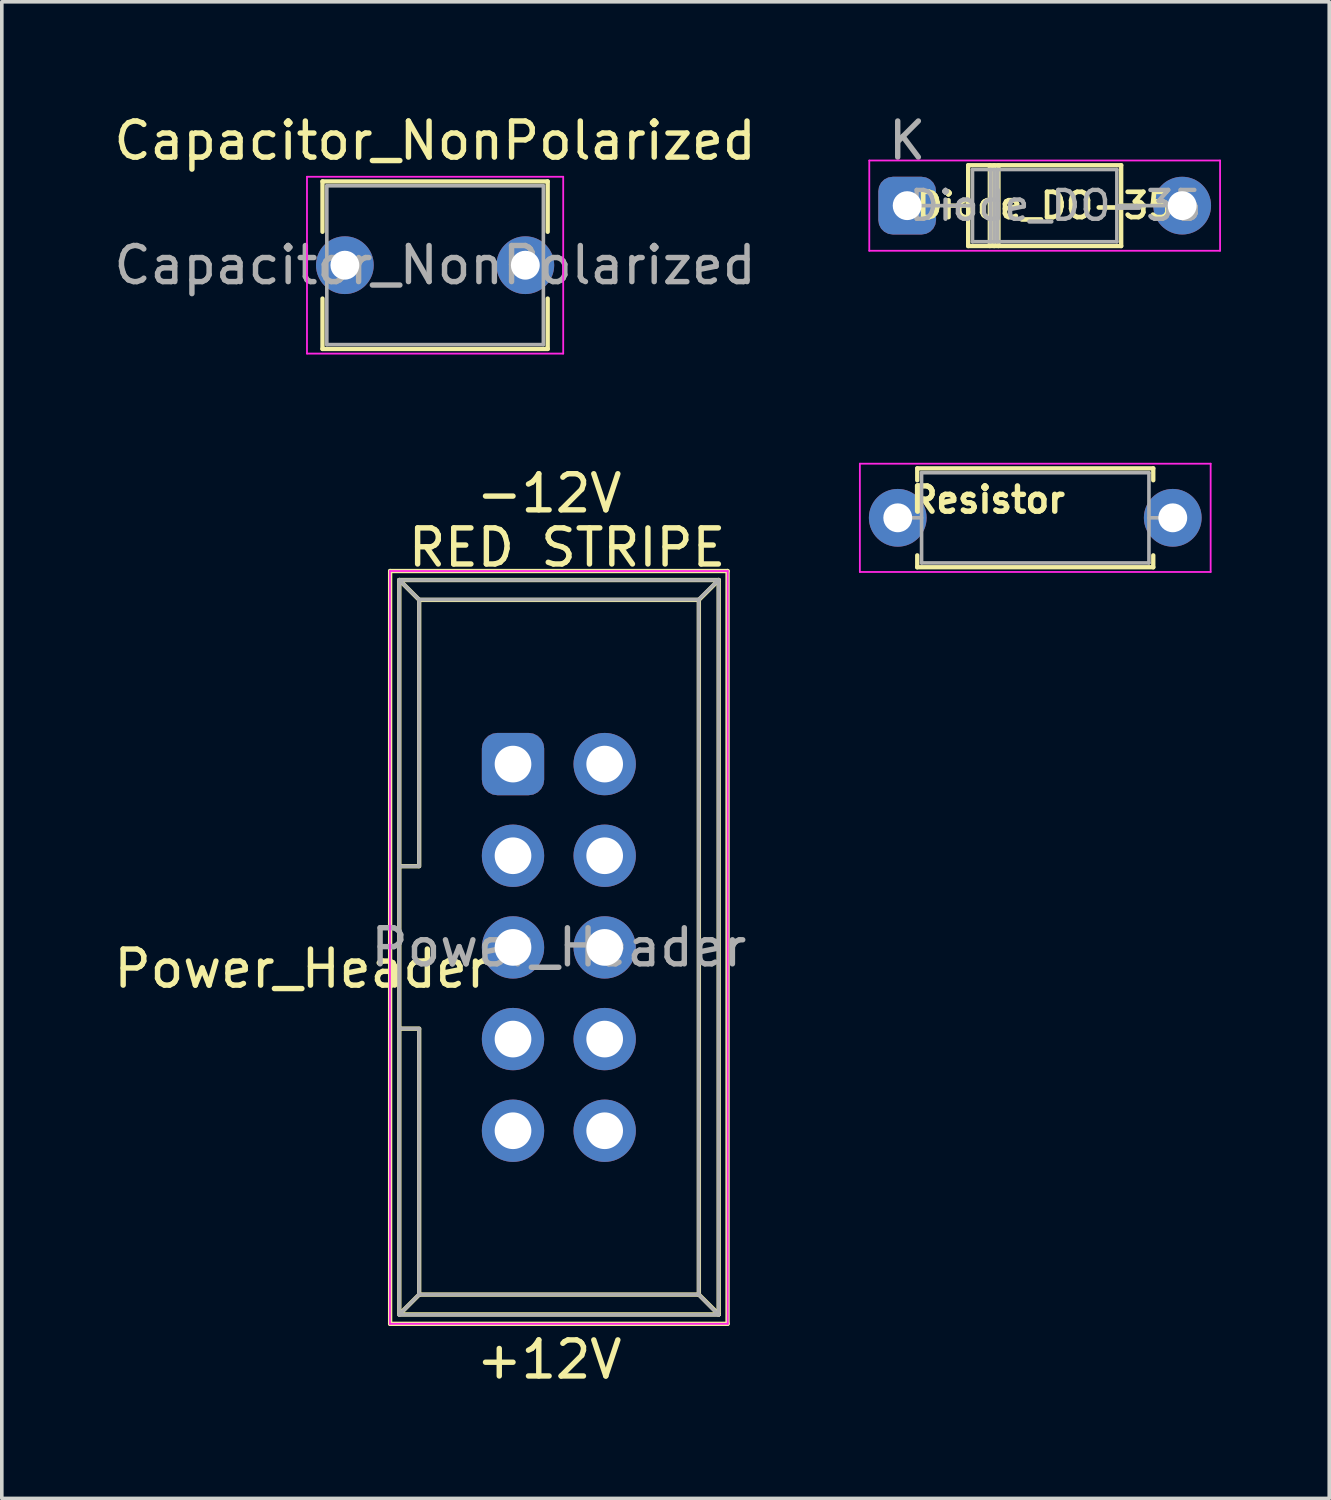
<source format=kicad_pcb>
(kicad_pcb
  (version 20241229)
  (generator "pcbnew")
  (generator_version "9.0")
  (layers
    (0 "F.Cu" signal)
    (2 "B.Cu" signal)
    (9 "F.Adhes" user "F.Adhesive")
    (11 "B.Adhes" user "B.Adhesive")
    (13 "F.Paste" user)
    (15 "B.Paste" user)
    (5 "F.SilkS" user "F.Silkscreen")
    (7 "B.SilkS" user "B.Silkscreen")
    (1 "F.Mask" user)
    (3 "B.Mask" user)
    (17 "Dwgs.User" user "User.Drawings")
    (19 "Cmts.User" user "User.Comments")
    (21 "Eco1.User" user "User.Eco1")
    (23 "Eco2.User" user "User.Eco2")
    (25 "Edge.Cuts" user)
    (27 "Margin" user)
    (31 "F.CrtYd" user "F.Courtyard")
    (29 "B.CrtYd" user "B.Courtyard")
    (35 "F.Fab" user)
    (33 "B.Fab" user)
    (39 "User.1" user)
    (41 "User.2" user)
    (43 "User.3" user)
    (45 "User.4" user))
  (footprint "Capacitor_NonPolarized"
    (layer "F.Cu")
    (at 6.506 4.298)
    (property "Reference" "Capacitor_NonPolarized" (at 2.5 -3.45 0) (layer "F.SilkS") (effects (font (size 1 1) (thickness 0.15))))
    (attr through_hole)
    (fp_line (start -0.62 -2.321) (end -0.62 -0.925) (stroke (width 0.12) (type solid)) (layer "F.SilkS"))
    (fp_line (start -0.62 -2.321) (end 5.62 -2.321) (stroke (width 0.12) (type solid)) (layer "F.SilkS"))
    (fp_line (start -0.62 0.925) (end -0.62 2.321) (stroke (width 0.12) (type solid)) (layer "F.SilkS"))
    (fp_line (start -0.62 2.321) (end 5.62 2.321) (stroke (width 0.12) (type solid)) (layer "F.SilkS"))
    (fp_line (start 5.62 -2.321) (end 5.62 -0.925) (stroke (width 0.12) (type solid)) (layer "F.SilkS"))
    (fp_line (start 5.62 0.925) (end 5.62 2.321) (stroke (width 0.12) (type solid)) (layer "F.SilkS"))
    (fp_line (start -1.05 -2.45) (end -1.05 2.45) (stroke (width 0.05) (type solid)) (layer "F.CrtYd"))
    (fp_line (start -1.05 2.45) (end 6.05 2.45) (stroke (width 0.05) (type solid)) (layer "F.CrtYd"))
    (fp_line (start 6.05 -2.45) (end -1.05 -2.45) (stroke (width 0.05) (type solid)) (layer "F.CrtYd"))
    (fp_line (start 6.05 2.45) (end 6.05 -2.45) (stroke (width 0.05) (type solid)) (layer "F.CrtYd"))
    (fp_line (start -0.5 -2.2) (end -0.5 2.2) (stroke (width 0.1) (type solid)) (layer "F.Fab"))
    (fp_line (start -0.5 2.2) (end 5.5 2.2) (stroke (width 0.1) (type solid)) (layer "F.Fab"))
    (fp_line (start 5.5 -2.2) (end -0.5 -2.2) (stroke (width 0.1) (type solid)) (layer "F.Fab"))
    (fp_line (start 5.5 2.2) (end 5.5 -2.2) (stroke (width 0.1) (type solid)) (layer "F.Fab"))
    (fp_text user "${REFERENCE}" (at 2.5 0 0) (layer "F.Fab") (effects (font (size 1 1) (thickness 0.15))))
    (pad "1" thru_hole circle (at 0 0) (size 1.6 1.6) (drill 0.8) (layers "*.Cu" "*.Mask"))
    (pad "2" thru_hole circle (at 5 0) (size 1.6 1.6) (drill 0.8) (layers "*.Cu" "*.Mask")))
  (footprint "Resistor"
    (layer "F.Cu")
    (at 21.826 11.298)
    (property "Reference" "Resistor" (at 2.5 -0.5 0) (layer "F.SilkS") (effects (font (size 0.7 0.7) (thickness 0.15))))
    (fp_line (start 0.54 -1.37) (end 7.08 -1.37) (stroke (width 0.12) (type solid)) (layer "F.SilkS"))
    (fp_line (start 0.54 -1.04) (end 0.54 -1.37) (stroke (width 0.12) (type solid)) (layer "F.SilkS"))
    (fp_line (start 0.54 1.04) (end 0.54 1.37) (stroke (width 0.12) (type solid)) (layer "F.SilkS"))
    (fp_line (start 0.54 1.37) (end 7.08 1.37) (stroke (width 0.12) (type solid)) (layer "F.SilkS"))
    (fp_line (start 7.08 -1.37) (end 7.08 -1.04) (stroke (width 0.12) (type solid)) (layer "F.SilkS"))
    (fp_line (start 7.08 1.37) (end 7.08 1.04) (stroke (width 0.12) (type solid)) (layer "F.SilkS"))
    (fp_line (start -1.05 -1.5) (end -1.05 1.5) (stroke (width 0.05) (type solid)) (layer "F.CrtYd"))
    (fp_line (start -1.05 1.5) (end 8.67 1.5) (stroke (width 0.05) (type solid)) (layer "F.CrtYd"))
    (fp_line (start 8.67 -1.5) (end -1.05 -1.5) (stroke (width 0.05) (type solid)) (layer "F.CrtYd"))
    (fp_line (start 8.67 1.5) (end 8.67 -1.5) (stroke (width 0.05) (type solid)) (layer "F.CrtYd"))
    (fp_line (start 0 0) (end 0.66 0) (stroke (width 0.1) (type solid)) (layer "F.Fab"))
    (fp_line (start 0.66 -1.25) (end 0.66 1.25) (stroke (width 0.1) (type solid)) (layer "F.Fab"))
    (fp_line (start 0.66 1.25) (end 6.96 1.25) (stroke (width 0.1) (type solid)) (layer "F.Fab"))
    (fp_line (start 6.96 -1.25) (end 0.66 -1.25) (stroke (width 0.1) (type solid)) (layer "F.Fab"))
    (fp_line (start 6.96 1.25) (end 6.96 -1.25) (stroke (width 0.1) (type solid)) (layer "F.Fab"))
    (fp_line (start 7.62 0) (end 6.96 0) (stroke (width 0.1) (type solid)) (layer "F.Fab"))
    (pad "1" thru_hole circle (at 0 0) (size 1.6 1.6) (drill 0.8) (layers "*.Cu" "*.Mask"))
    (pad "2" thru_hole oval (at 7.62 0) (size 1.6 1.6) (drill 0.8) (layers "*.Cu" "*.Mask")))
  (footprint "Power_Header"
    (layer "F.Cu")
    (at 11.165 18.122)
    (property "Reference" "Power_Header" (at -5.85 5.67 0) (layer "F.SilkS") (effects (font (size 1 1) (thickness 0.15))))
    (fp_line (start -3.405 -5.35) (end 5.945 -5.35) (stroke (width 0.12) (type solid)) (layer "F.SilkS"))
    (fp_line (start -3.405 15.51) (end -3.405 -5.35) (stroke (width 0.12) (type solid)) (layer "F.SilkS"))
    (fp_line (start -3.15 -5.1) (end -2.6 -4.55) (stroke (width 0.12) (type solid)) (layer "F.SilkS"))
    (fp_line (start -3.15 -5.1) (end 5.7 -5.1) (stroke (width 0.12) (type solid)) (layer "F.SilkS"))
    (fp_line (start -3.15 15.25) (end -3.15 -5.1) (stroke (width 0.12) (type solid)) (layer "F.SilkS"))
    (fp_line (start -3.1 2.83) (end -2.62 2.83) (stroke (width 0.12) (type solid)) (layer "F.SilkS"))
    (fp_line (start -2.6 -4.55) (end 5.15 -4.55) (stroke (width 0.12) (type solid)) (layer "F.SilkS"))
    (fp_line (start -2.6 2.83) (end -2.6 -4.55) (stroke (width 0.12) (type solid)) (layer "F.SilkS"))
    (fp_line (start -2.6 7.33) (end -3.11 7.33) (stroke (width 0.12) (type solid)) (layer "F.SilkS"))
    (fp_line (start -2.6 14.7) (end -3.1 15.2) (stroke (width 0.12) (type solid)) (layer "F.SilkS"))
    (fp_line (start -2.6 14.7) (end -2.6 7.35) (stroke (width 0.12) (type solid)) (layer "F.SilkS"))
    (fp_line (start 5.15 -4.55) (end 5.15 14.7) (stroke (width 0.12) (type solid)) (layer "F.SilkS"))
    (fp_line (start 5.15 -4.55) (end 5.7 -5.1) (stroke (width 0.12) (type solid)) (layer "F.SilkS"))
    (fp_line (start 5.15 14.7) (end -2.6 14.7) (stroke (width 0.12) (type solid)) (layer "F.SilkS"))
    (fp_line (start 5.15 14.7) (end 5.7 15.25) (stroke (width 0.12) (type solid)) (layer "F.SilkS"))
    (fp_line (start 5.7 -5.1) (end 5.7 15.25) (stroke (width 0.12) (type solid)) (layer "F.SilkS"))
    (fp_line (start 5.7 15.25) (end -3.15 15.25) (stroke (width 0.12) (type solid)) (layer "F.SilkS"))
    (fp_line (start 5.945 -5.35) (end 5.945 15.51) (stroke (width 0.12) (type solid)) (layer "F.SilkS"))
    (fp_line (start 5.945 15.51) (end -3.405 15.51) (stroke (width 0.12) (type solid)) (layer "F.SilkS"))
    (fp_line (start -3.41 -5.35) (end 5.95 -5.35) (stroke (width 0.05) (type solid)) (layer "F.CrtYd"))
    (fp_line (start -3.41 15.51) (end -3.41 -5.35) (stroke (width 0.05) (type solid)) (layer "F.CrtYd"))
    (fp_line (start 5.95 -5.35) (end 5.95 15.51) (stroke (width 0.05) (type solid)) (layer "F.CrtYd"))
    (fp_line (start 5.95 15.51) (end -3.41 15.51) (stroke (width 0.05) (type solid)) (layer "F.CrtYd"))
    (fp_line (start -3.155 -5.1) (end -3.155 15.26) (stroke (width 0.1) (type solid)) (layer "F.Fab"))
    (fp_line (start -3.155 -5.1) (end -2.605 -4.56) (stroke (width 0.1) (type solid)) (layer "F.Fab"))
    (fp_line (start -3.155 15.26) (end -2.605 14.7) (stroke (width 0.1) (type solid)) (layer "F.Fab"))
    (fp_line (start -2.605 -4.56) (end -2.605 2.83) (stroke (width 0.1) (type solid)) (layer "F.Fab"))
    (fp_line (start -2.605 2.83) (end -3.155 2.83) (stroke (width 0.1) (type solid)) (layer "F.Fab"))
    (fp_line (start -2.605 7.33) (end -3.155 7.33) (stroke (width 0.1) (type solid)) (layer "F.Fab"))
    (fp_line (start -2.605 7.33) (end -2.605 14.7) (stroke (width 0.1) (type solid)) (layer "F.Fab"))
    (fp_line (start 5.145 -4.56) (end -2.605 -4.56) (stroke (width 0.1) (type solid)) (layer "F.Fab"))
    (fp_line (start 5.145 -4.56) (end 5.145 14.7) (stroke (width 0.1) (type solid)) (layer "F.Fab"))
    (fp_line (start 5.145 14.7) (end -2.605 14.7) (stroke (width 0.1) (type solid)) (layer "F.Fab"))
    (fp_line (start 5.695 -5.1) (end -3.155 -5.1) (stroke (width 0.1) (type solid)) (layer "F.Fab"))
    (fp_line (start 5.695 -5.1) (end 5.145 -4.56) (stroke (width 0.1) (type solid)) (layer "F.Fab"))
    (fp_line (start 5.695 -5.1) (end 5.695 15.26) (stroke (width 0.1) (type solid)) (layer "F.Fab"))
    (fp_line (start 5.695 15.26) (end -3.155 15.26) (stroke (width 0.1) (type solid)) (layer "F.Fab"))
    (fp_line (start 5.695 15.26) (end 5.145 14.7) (stroke (width 0.1) (type solid)) (layer "F.Fab"))
    (fp_text user "-12V" (at 1 -7.5 0) (layer "F.SilkS") (effects (font (size 1 1) (thickness 0.15))))
    (fp_text user "RED STRIPE" (at 1.5 -6 0) (layer "F.SilkS") (effects (font (size 1 1) (thickness 0.15))))
    (fp_text user "+12V" (at 1 16.5 0) (layer "F.SilkS") (effects (font (size 1 1) (thickness 0.15))))
    (fp_text user "${REFERENCE}" (at 1.27 5.08 0) (layer "F.Fab") (effects (font (size 1 1) (thickness 0.15))))
    (pad "1" thru_hole roundrect (at 0 0) (size 1.727 1.727) (drill 1.016) (layers "*.Cu" "*.Mask") (roundrect_rratio 0.25))
    (pad "2" thru_hole oval (at 2.54 0) (size 1.727 1.727) (drill 1.016) (layers "*.Cu" "*.Mask"))
    (pad "3" thru_hole oval (at 0 2.54) (size 1.727 1.727) (drill 1.016) (layers "*.Cu" "*.Mask"))
    (pad "4" thru_hole oval (at 2.54 2.54) (size 1.727 1.727) (drill 1.016) (layers "*.Cu" "*.Mask"))
    (pad "5" thru_hole oval (at 0 5.08) (size 1.727 1.727) (drill 1.016) (layers "*.Cu" "*.Mask"))
    (pad "6" thru_hole oval (at 2.54 5.08) (size 1.727 1.727) (drill 1.016) (layers "*.Cu" "*.Mask"))
    (pad "7" thru_hole oval (at 0 7.62) (size 1.727 1.727) (drill 1.016) (layers "*.Cu" "*.Mask"))
    (pad "8" thru_hole oval (at 2.54 7.62) (size 1.727 1.727) (drill 1.016) (layers "*.Cu" "*.Mask"))
    (pad "9" thru_hole oval (at 0 10.16) (size 1.727 1.727) (drill 1.016) (layers "*.Cu" "*.Mask"))
    (pad "10" thru_hole oval (at 2.54 10.16) (size 1.727 1.727) (drill 1.016) (layers "*.Cu" "*.Mask")))
  (footprint "Diode_DO-35"
    (layer "F.Cu")
    (at 22.087 2.648)
    (property "Reference" "Diode_DO-35" (at 3.81 0 0) (layer "F.SilkS") (effects (font (size 0.7 0.7) (thickness 0.13))))
    (attr through_hole)
    (fp_line (start 1.04 0) (end 1.69 0) (stroke (width 0.12) (type solid)) (layer "F.SilkS"))
    (fp_line (start 1.69 -1.12) (end 1.69 1.12) (stroke (width 0.12) (type solid)) (layer "F.SilkS"))
    (fp_line (start 1.69 1.12) (end 5.93 1.12) (stroke (width 0.12) (type solid)) (layer "F.SilkS"))
    (fp_line (start 2.29 -1.12) (end 2.29 1.12) (stroke (width 0.12) (type solid)) (layer "F.SilkS"))
    (fp_line (start 2.41 -1.12) (end 2.41 1.12) (stroke (width 0.12) (type solid)) (layer "F.SilkS"))
    (fp_line (start 2.53 -1.12) (end 2.53 1.12) (stroke (width 0.12) (type solid)) (layer "F.SilkS"))
    (fp_line (start 5.93 -1.12) (end 1.69 -1.12) (stroke (width 0.12) (type solid)) (layer "F.SilkS"))
    (fp_line (start 5.93 1.12) (end 5.93 -1.12) (stroke (width 0.12) (type solid)) (layer "F.SilkS"))
    (fp_line (start 6.58 0) (end 5.93 0) (stroke (width 0.12) (type solid)) (layer "F.SilkS"))
    (fp_line (start -1.05 -1.25) (end -1.05 1.25) (stroke (width 0.05) (type solid)) (layer "F.CrtYd"))
    (fp_line (start -1.05 1.25) (end 8.67 1.25) (stroke (width 0.05) (type solid)) (layer "F.CrtYd"))
    (fp_line (start 8.67 -1.25) (end -1.05 -1.25) (stroke (width 0.05) (type solid)) (layer "F.CrtYd"))
    (fp_line (start 8.67 1.25) (end 8.67 -1.25) (stroke (width 0.05) (type solid)) (layer "F.CrtYd"))
    (fp_line (start 0 0) (end 1.81 0) (stroke (width 0.1) (type solid)) (layer "F.Fab"))
    (fp_line (start 1.81 -1) (end 1.81 1) (stroke (width 0.1) (type solid)) (layer "F.Fab"))
    (fp_line (start 1.81 1) (end 5.81 1) (stroke (width 0.1) (type solid)) (layer "F.Fab"))
    (fp_line (start 2.31 -1) (end 2.31 1) (stroke (width 0.1) (type solid)) (layer "F.Fab"))
    (fp_line (start 2.41 -1) (end 2.41 1) (stroke (width 0.1) (type solid)) (layer "F.Fab"))
    (fp_line (start 2.51 -1) (end 2.51 1) (stroke (width 0.1) (type solid)) (layer "F.Fab"))
    (fp_line (start 5.81 -1) (end 1.81 -1) (stroke (width 0.1) (type solid)) (layer "F.Fab"))
    (fp_line (start 5.81 1) (end 5.81 -1) (stroke (width 0.1) (type solid)) (layer "F.Fab"))
    (fp_line (start 7.62 0) (end 5.81 0) (stroke (width 0.1) (type solid)) (layer "F.Fab"))
    (fp_text user "${REFERENCE}" (at 4.11 0 0) (layer "F.Fab") (effects (font (size 0.8 0.8) (thickness 0.12))))
    (fp_text user "K" (at 0 -1.8 0) (layer "F.Fab") (effects (font (size 1 1) (thickness 0.15))))
    (pad "1" thru_hole roundrect (at 0 0) (size 1.6 1.6) (drill 0.8) (layers "*.Cu" "*.Mask") (roundrect_rratio 0.25))
    (pad "2" thru_hole oval (at 7.62 0) (size 1.6 1.6) (drill 0.8) (layers "*.Cu" "*.Mask")))
  (gr_rect
    (start -3 -3)
    (end 33.782 38.47)
    (stroke (width 0.1) (type default))
    (fill no)
    (layer "Edge.Cuts")))
</source>
